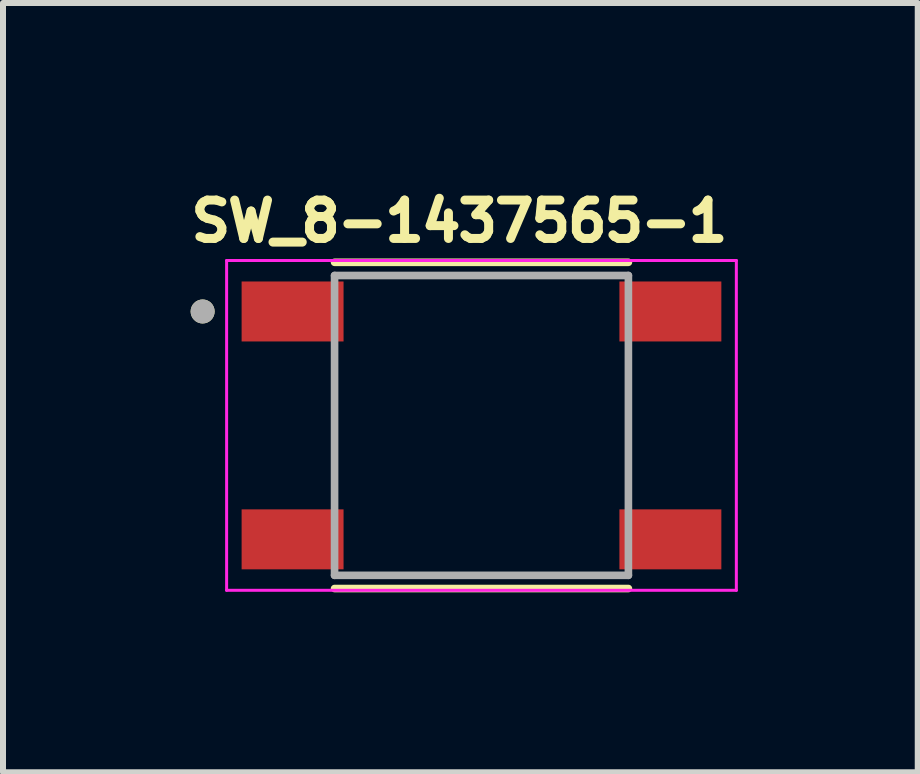
<source format=kicad_pcb>
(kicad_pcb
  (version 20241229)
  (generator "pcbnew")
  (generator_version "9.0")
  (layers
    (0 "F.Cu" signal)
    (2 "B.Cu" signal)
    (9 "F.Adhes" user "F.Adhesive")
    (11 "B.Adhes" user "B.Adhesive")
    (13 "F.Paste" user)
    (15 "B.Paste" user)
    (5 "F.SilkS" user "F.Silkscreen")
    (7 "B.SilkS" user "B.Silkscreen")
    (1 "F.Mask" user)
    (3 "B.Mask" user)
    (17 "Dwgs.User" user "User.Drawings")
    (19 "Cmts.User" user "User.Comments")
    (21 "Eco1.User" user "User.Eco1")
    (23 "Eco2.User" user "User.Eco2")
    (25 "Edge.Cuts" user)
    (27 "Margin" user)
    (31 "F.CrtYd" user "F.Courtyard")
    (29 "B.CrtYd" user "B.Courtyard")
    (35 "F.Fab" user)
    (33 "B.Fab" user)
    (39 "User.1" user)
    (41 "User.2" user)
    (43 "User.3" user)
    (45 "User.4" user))
  (footprint "SW_8-1437565-1"
    (layer "F.Cu")
    (at 4.979 4.044)
    (property "Reference" "SW_8-1437565-1" (at -0.368 -3.406 0) (layer "F.SilkS") (effects (font (size 0.64 0.64) (thickness 0.15))))
    (attr smd)
    (fp_line (start 2.45 -2.72) (end -2.45 -2.72) (stroke (width 0.127) (type solid)) (layer "F.SilkS"))
    (fp_line (start 2.45 2.72) (end -2.45 2.72) (stroke (width 0.127) (type solid)) (layer "F.SilkS"))
    (fp_circle (center -4.65 -1.9) (end -4.55 -1.9) (stroke (width 0.2) (type solid)) (fill no) (layer "F.SilkS"))
    (fp_line (start -4.25 -2.75) (end -4.25 2.75) (stroke (width 0.05) (type solid)) (layer "F.CrtYd"))
    (fp_line (start -4.25 2.75) (end 4.25 2.75) (stroke (width 0.05) (type solid)) (layer "F.CrtYd"))
    (fp_line (start 4.25 -2.75) (end -4.25 -2.75) (stroke (width 0.05) (type solid)) (layer "F.CrtYd"))
    (fp_line (start 4.25 2.75) (end 4.25 -2.75) (stroke (width 0.05) (type solid)) (layer "F.CrtYd"))
    (fp_line (start -2.45 -2.5) (end -2.45 2.5) (stroke (width 0.127) (type solid)) (layer "F.Fab"))
    (fp_line (start -2.45 2.5) (end 2.45 2.5) (stroke (width 0.127) (type solid)) (layer "F.Fab"))
    (fp_line (start 2.45 -2.5) (end -2.45 -2.5) (stroke (width 0.127) (type solid)) (layer "F.Fab"))
    (fp_line (start 2.45 2.5) (end 2.45 -2.5) (stroke (width 0.127) (type solid)) (layer "F.Fab"))
    (fp_circle (center -4.65 -1.9) (end -4.55 -1.9) (stroke (width 0.2) (type solid)) (fill no) (layer "F.Fab"))
    (pad "1" smd rect (at -3.15 -1.9) (size 1.7 1) (layers "F.Cu" "F.Mask" "F.Paste"))
    (pad "2" smd rect (at 3.15 -1.9) (size 1.7 1) (layers "F.Cu" "F.Mask" "F.Paste"))
    (pad "3" smd rect (at -3.15 1.9) (size 1.7 1) (layers "F.Cu" "F.Mask" "F.Paste"))
    (pad "4" smd rect (at 3.15 1.9) (size 1.7 1) (layers "F.Cu" "F.Mask" "F.Paste")))
  (gr_rect
    (start -3 -3)
    (end 12.254 9.828)
    (stroke (width 0.1) (type default))
    (fill no)
    (layer "Edge.Cuts")))
</source>
